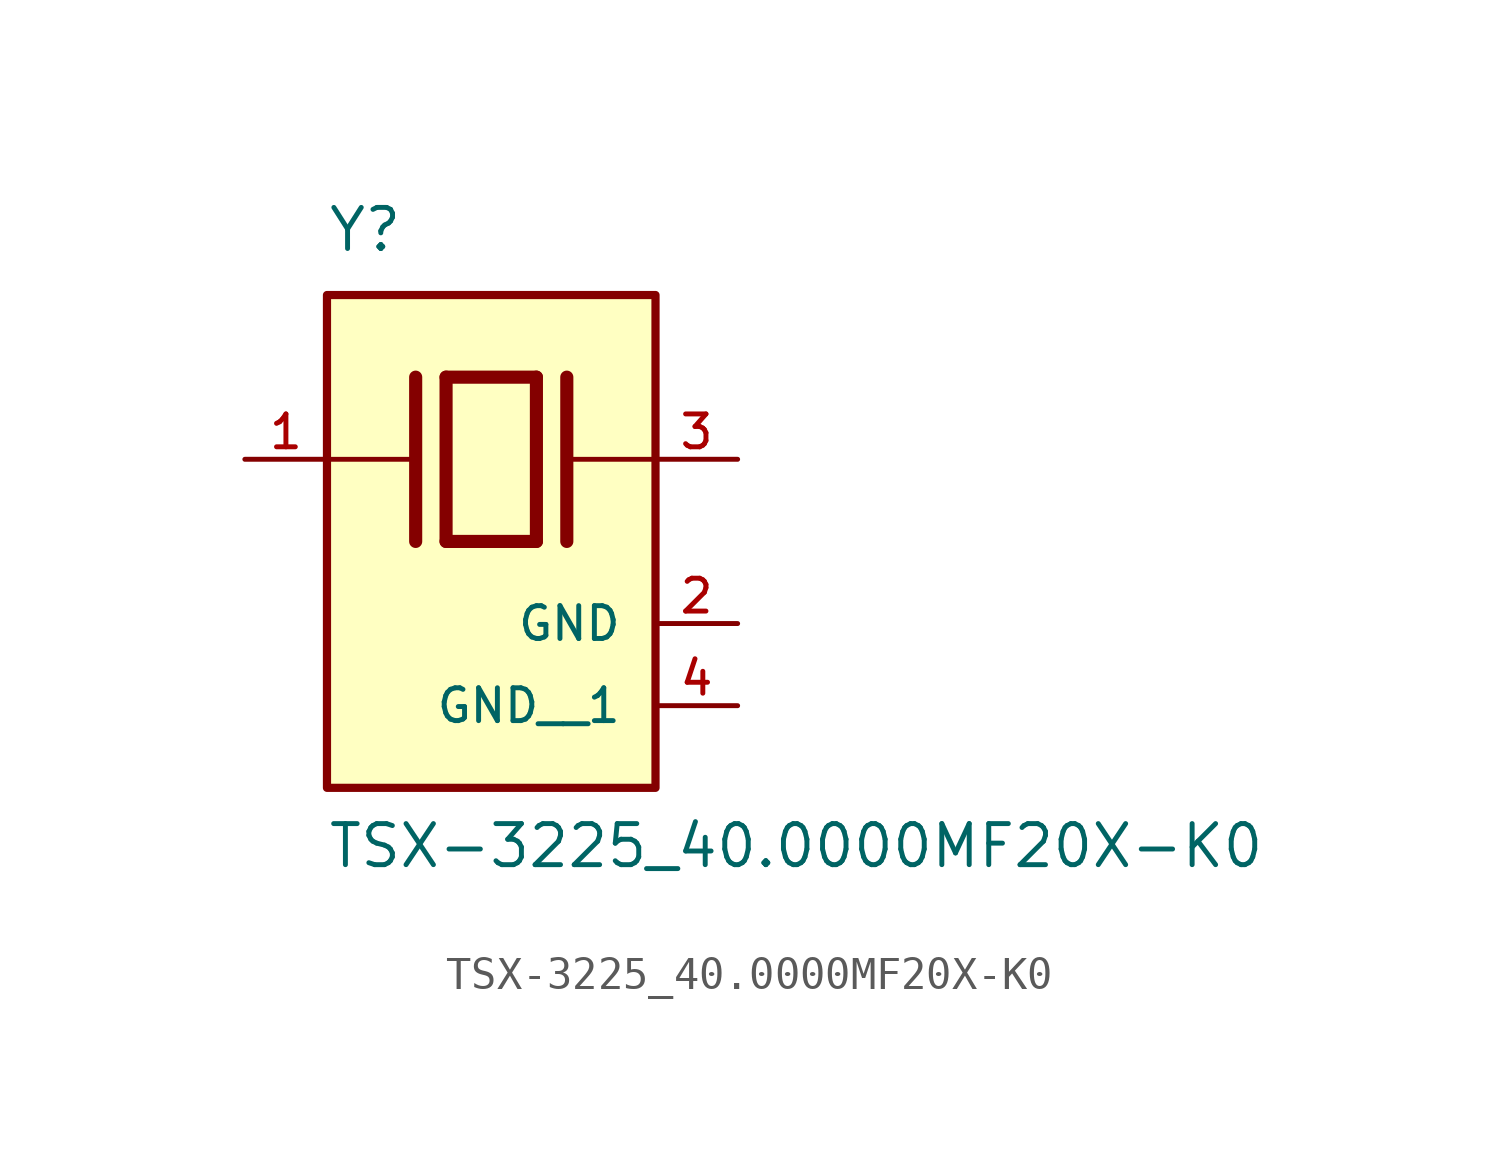
<source format=kicad_sym>
(kicad_symbol_lib
  (version 20211014)
  (generator kicad_symbol_editor)
  (symbol "TSX-3225_40.0000MF20X-K0"
    (pin_names
      (offset 1.016))
    (property "Reference" "Y"
      (at -5.088 6.356 0)
      (effects (font (size 1.27 1.27)) (justify bottom left)))
    (property "Value" "TSX-3225_40.0000MF20X-K0"
      (at -5.094 -12.7 0)
      (effects (font (size 1.27 1.27)) (justify bottom left)))
    (symbol "TSX-3225_40.0000MF20X-K0_0_0"
      (polyline (pts (xy -1.397 2.54) (xy 1.397 2.54)) (stroke (width 0.406)))
      (polyline (pts (xy 1.397 2.54) (xy 1.397 -2.54)) (stroke (width 0.406)))
      (polyline (pts (xy 1.397 -2.54) (xy -1.397 -2.54)) (stroke (width 0.406)))
      (polyline (pts (xy -1.397 2.54) (xy -1.397 -2.54)) (stroke (width 0.406)))
      (polyline (pts (xy 2.337 2.54) (xy 2.337 -2.54)) (stroke (width 0.406)))
      (polyline (pts (xy -2.337 2.54) (xy -2.337 -2.54)) (stroke (width 0.406)))
      (polyline (pts (xy -5.08 0.0) (xy -2.54 0.0)) (stroke (width 0.152)))
      (polyline (pts (xy 2.54 0.0) (xy 5.08 0.0)) (stroke (width 0.152)))
      (rectangle (start -5.08 -10.16) (end 5.08 5.08) (stroke (width 0.254)) (fill (type background)))
      (pin passive line (at 7.62 0.0 180.0) (length 2.54) (name "~" (effects (font (size 1.016 1.016)))) (number "3" (effects (font (size 1.016 1.016)))))
      (pin passive line (at -7.62 0.0 0) (length 2.54) (name "~" (effects (font (size 1.016 1.016)))) (number "1" (effects (font (size 1.016 1.016)))))
      (pin power_in line (at 7.62 -5.08 180.0) (length 2.54) (name "GND" (effects (font (size 1.016 1.016)))) (number "2" (effects (font (size 1.016 1.016)))))
      (pin power_in line (at 7.62 -7.62 180.0) (length 2.54) (name "GND__1" (effects (font (size 1.016 1.016)))) (number "4" (effects (font (size 1.016 1.016))))))))
</source>
